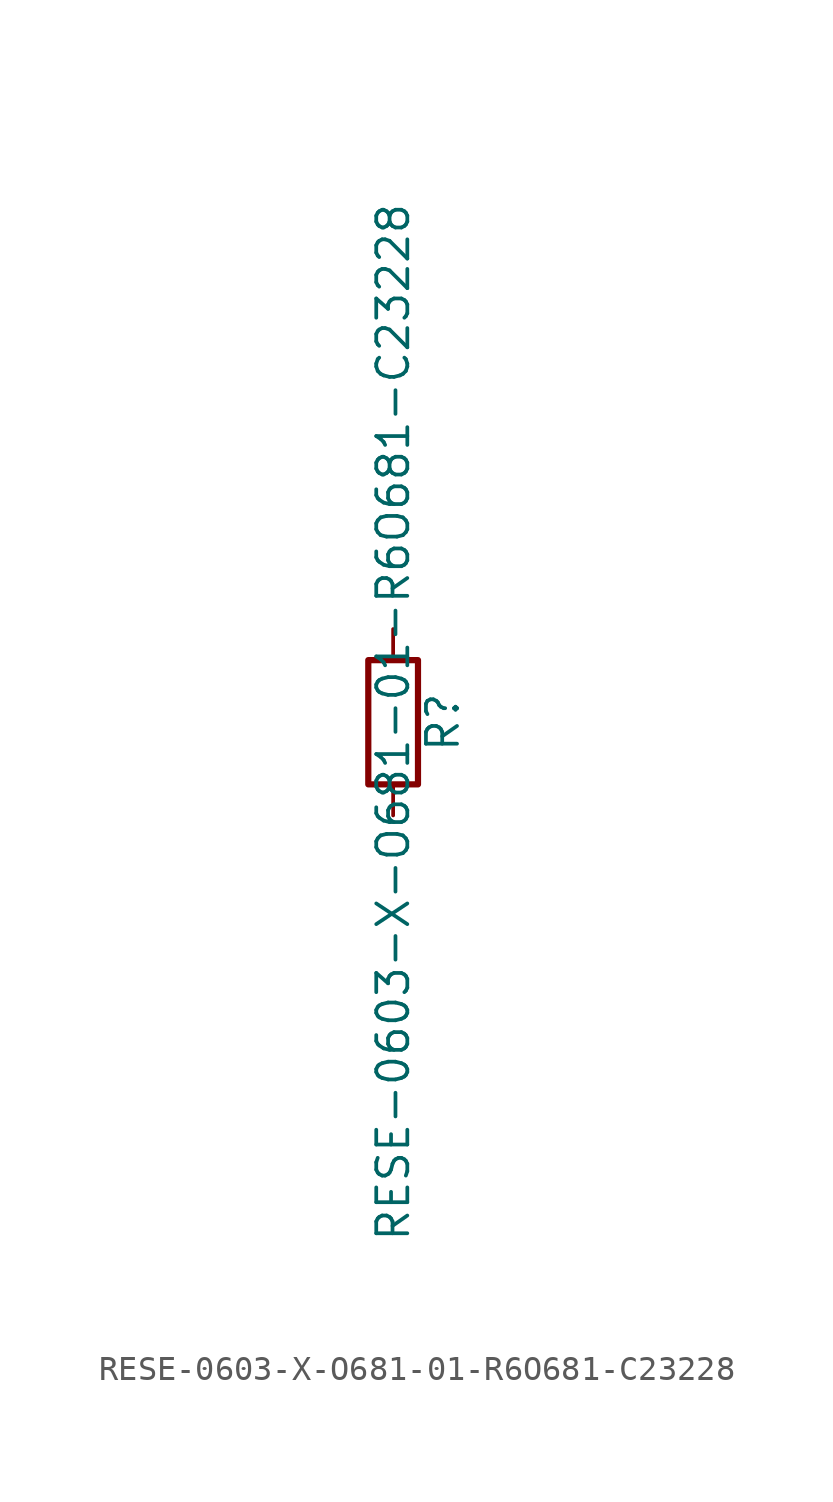
<source format=kicad_sym>
(kicad_symbol_lib
  (version 20211014)
  (generator kicad_symbol_editor)
  (symbol "RESE-0603-X-O681-01-R6O681-C23228"
    (pin_numbers hide)
    (pin_names
      (offset 0))
    (property "Reference" "R"
      (at 2.032 0 90)
      (effects (font (size 1.27 1.27))))
    (property "Value" "RESE-0603-X-O681-01-R6O681-C23228"
      (at 0 0 90)
      (effects (font (size 1.27 1.27))))
    (symbol "RESE-0603-X-O681-01-R6O681-C23228_0_1"
      (rectangle (start -1.016 -2.54) (end 1.016 2.54) (stroke (width 0.254) (type default) (color 0 0 0 0)) (fill (type none))))
    (symbol "RESE-0603-X-O681-01-R6O681-C23228_1_1"
      (pin passive line (at 0 3.81 270) (length 1.27) (name "~" (effects (font (size 1.27 1.27)))) (number "1" (effects (font (size 1.27 1.27)))))
      (pin passive line (at 0 -3.81 90) (length 1.27) (name "~" (effects (font (size 1.27 1.27)))) (number "2" (effects (font (size 1.27 1.27))))))))
</source>
